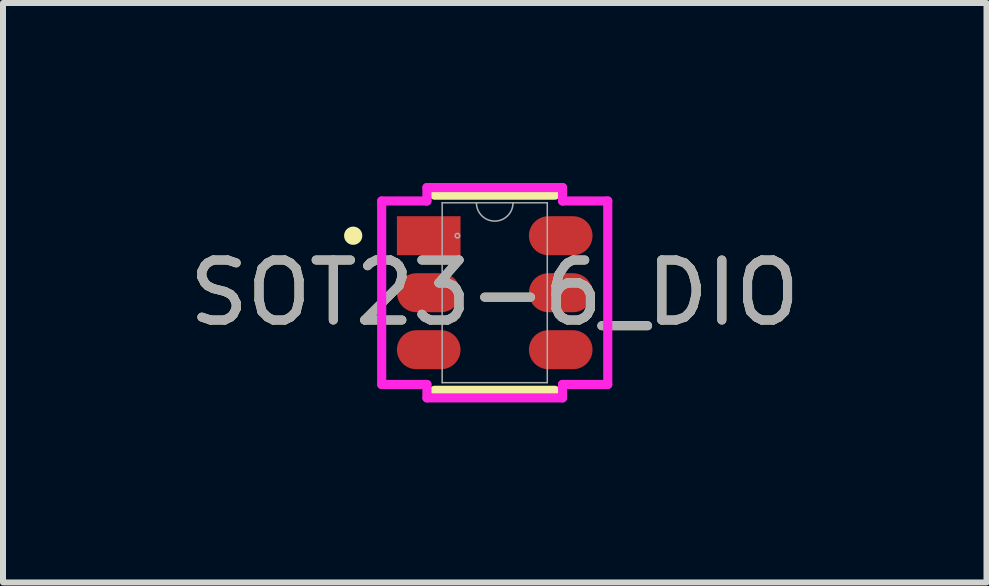
<source format=kicad_pcb>
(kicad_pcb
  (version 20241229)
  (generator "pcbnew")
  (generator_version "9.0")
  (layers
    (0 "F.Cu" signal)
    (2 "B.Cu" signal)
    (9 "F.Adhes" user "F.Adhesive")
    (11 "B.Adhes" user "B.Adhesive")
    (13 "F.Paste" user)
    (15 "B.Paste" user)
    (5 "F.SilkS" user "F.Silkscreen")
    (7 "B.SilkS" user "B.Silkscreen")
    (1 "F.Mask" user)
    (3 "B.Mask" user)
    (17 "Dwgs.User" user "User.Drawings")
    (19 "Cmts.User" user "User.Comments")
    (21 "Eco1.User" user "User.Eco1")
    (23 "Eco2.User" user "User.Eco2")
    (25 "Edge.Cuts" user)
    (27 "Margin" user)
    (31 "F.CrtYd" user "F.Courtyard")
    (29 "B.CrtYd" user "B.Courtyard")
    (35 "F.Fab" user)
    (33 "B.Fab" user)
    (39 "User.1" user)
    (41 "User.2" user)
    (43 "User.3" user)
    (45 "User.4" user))
  (footprint "SOT23-6_DIO"
    (layer "F.Cu")
    (at 5.196 1.829)
    (property "Reference" "SOT23-6_DIO" (at 0 0 0) (unlocked yes) (layer "F.SilkS") (effects (font (size 1 1) (thickness 0.15))))
    (attr smd)
    (fp_line (start -1.003 1.626) (end 1.003 1.626) (stroke (width 0.152) (type solid)) (layer "F.SilkS"))
    (fp_line (start 1.003 -1.626) (end -1.003 -1.626) (stroke (width 0.152) (type solid)) (layer "F.SilkS"))
    (fp_circle (center -2.359 -0.95) (end -2.283 -0.95) (stroke (width 0.152) (type solid)) (fill no) (layer "F.SilkS"))
    (fp_line (start -1.884 -1.529) (end -1.13 -1.529) (stroke (width 0.152) (type solid)) (layer "F.CrtYd"))
    (fp_line (start -1.884 1.529) (end -1.884 -1.529) (stroke (width 0.152) (type solid)) (layer "F.CrtYd"))
    (fp_line (start -1.884 1.529) (end -1.13 1.529) (stroke (width 0.152) (type solid)) (layer "F.CrtYd"))
    (fp_line (start -1.13 -1.753) (end 1.13 -1.753) (stroke (width 0.152) (type solid)) (layer "F.CrtYd"))
    (fp_line (start -1.13 -1.529) (end -1.13 -1.753) (stroke (width 0.152) (type solid)) (layer "F.CrtYd"))
    (fp_line (start -1.13 1.753) (end -1.13 1.529) (stroke (width 0.152) (type solid)) (layer "F.CrtYd"))
    (fp_line (start 1.13 -1.753) (end 1.13 -1.529) (stroke (width 0.152) (type solid)) (layer "F.CrtYd"))
    (fp_line (start 1.13 1.529) (end 1.13 1.753) (stroke (width 0.152) (type solid)) (layer "F.CrtYd"))
    (fp_line (start 1.13 1.753) (end -1.13 1.753) (stroke (width 0.152) (type solid)) (layer "F.CrtYd"))
    (fp_line (start 1.884 -1.529) (end 1.13 -1.529) (stroke (width 0.152) (type solid)) (layer "F.CrtYd"))
    (fp_line (start 1.884 -1.529) (end 1.884 1.529) (stroke (width 0.152) (type solid)) (layer "F.CrtYd"))
    (fp_line (start 1.884 1.529) (end 1.13 1.529) (stroke (width 0.152) (type solid)) (layer "F.CrtYd"))
    (fp_line (start -0.876 -1.499) (end -0.876 1.499) (stroke (width 0.025) (type solid)) (layer "F.Fab"))
    (fp_line (start -0.876 1.499) (end 0.876 1.499) (stroke (width 0.025) (type solid)) (layer "F.Fab"))
    (fp_line (start 0.876 -1.499) (end -0.876 -1.499) (stroke (width 0.025) (type solid)) (layer "F.Fab"))
    (fp_line (start 0.876 1.499) (end 0.876 -1.499) (stroke (width 0.025) (type solid)) (layer "F.Fab"))
    (fp_arc (start 0.3048 -1.4986) (mid 0 -1.1938) (end -0.3048 -1.4986) (stroke (width 0.0254) (type solid)) (layer "F.Fab"))
    (fp_circle (center -0.622 -0.95) (end -0.584 -0.95) (stroke (width 0.025) (type solid)) (fill no) (layer "F.Fab"))
    (fp_text user "${REFERENCE}" (at 0 0 0) (unlocked yes) (layer "F.Fab") (effects (font (size 1 1) (thickness 0.15))))
    (pad "1" smd rect (at -1.1 -0.95) (size 1.06 0.65) (layers "F.Cu" "F.Mask" "F.Paste"))
    (pad "2" smd oval (at -1.1 0) (size 1.06 0.65) (layers "F.Cu" "F.Mask" "F.Paste"))
    (pad "3" smd oval (at -1.1 0.95) (size 1.06 0.65) (layers "F.Cu" "F.Mask" "F.Paste"))
    (pad "4" smd oval (at 1.1 0.95) (size 1.06 0.65) (layers "F.Cu" "F.Mask" "F.Paste"))
    (pad "5" smd oval (at 1.1 0) (size 1.06 0.65) (layers "F.Cu" "F.Mask" "F.Paste"))
    (pad "6" smd oval (at 1.1 -0.95) (size 1.06 0.65) (layers "F.Cu" "F.Mask" "F.Paste")))
  (gr_rect
    (start -3 -3)
    (end 13.393 6.658)
    (stroke (width 0.1) (type default))
    (fill no)
    (layer "Edge.Cuts")))
</source>
